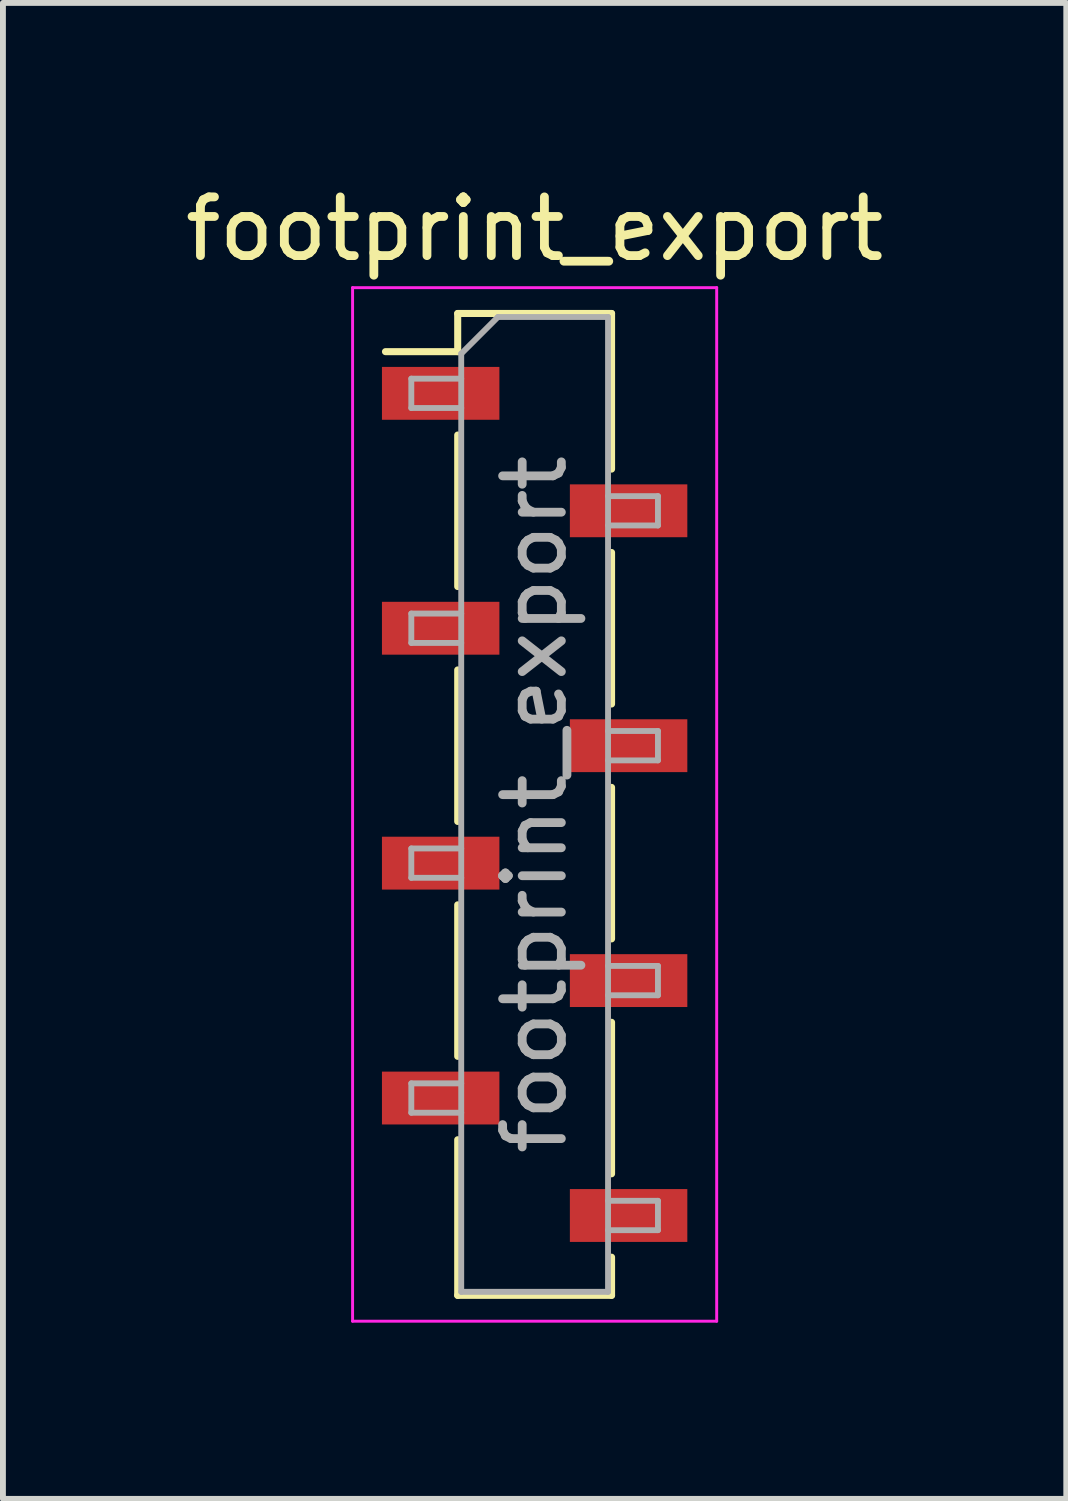
<source format=kicad_pcb>
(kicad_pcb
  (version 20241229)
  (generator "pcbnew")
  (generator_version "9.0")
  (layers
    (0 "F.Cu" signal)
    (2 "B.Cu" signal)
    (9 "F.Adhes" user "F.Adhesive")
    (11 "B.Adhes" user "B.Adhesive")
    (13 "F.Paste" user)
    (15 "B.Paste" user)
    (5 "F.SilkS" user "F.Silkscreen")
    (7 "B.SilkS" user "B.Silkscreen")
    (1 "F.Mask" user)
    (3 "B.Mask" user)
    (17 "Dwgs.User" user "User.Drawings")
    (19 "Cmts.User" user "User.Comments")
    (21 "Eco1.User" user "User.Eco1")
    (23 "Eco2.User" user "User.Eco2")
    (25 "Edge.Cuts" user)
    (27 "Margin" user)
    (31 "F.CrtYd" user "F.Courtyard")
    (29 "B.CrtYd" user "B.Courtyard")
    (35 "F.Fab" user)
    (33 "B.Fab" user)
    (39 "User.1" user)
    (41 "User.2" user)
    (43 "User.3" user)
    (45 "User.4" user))
  (footprint "footprint_export"
    (layer "F.Cu")
    (at 6.054 10.648)
    (property "Reference" "footprint_export" (at 0 -9.8 0) (layer "F.SilkS") (effects (font (size 1 1) (thickness 0.15))))
    (attr smd)
    (fp_line (start -2.54 -7.71) (end -1.31 -7.71) (stroke (width 0.12) (type solid)) (layer "F.SilkS"))
    (fp_line (start -1.31 -8.36) (end -1.31 -7.71) (stroke (width 0.12) (type solid)) (layer "F.SilkS"))
    (fp_line (start -1.31 -8.36) (end 1.31 -8.36) (stroke (width 0.12) (type solid)) (layer "F.SilkS"))
    (fp_line (start -1.31 -6.29) (end -1.31 -3.71) (stroke (width 0.12) (type solid)) (layer "F.SilkS"))
    (fp_line (start -1.31 -2.29) (end -1.31 0.29) (stroke (width 0.12) (type solid)) (layer "F.SilkS"))
    (fp_line (start -1.31 1.71) (end -1.31 4.29) (stroke (width 0.12) (type solid)) (layer "F.SilkS"))
    (fp_line (start -1.31 5.71) (end -1.31 8.36) (stroke (width 0.12) (type solid)) (layer "F.SilkS"))
    (fp_line (start -1.31 8.36) (end 1.31 8.36) (stroke (width 0.12) (type solid)) (layer "F.SilkS"))
    (fp_line (start 1.31 -8.36) (end 1.31 -5.71) (stroke (width 0.12) (type solid)) (layer "F.SilkS"))
    (fp_line (start 1.31 -4.29) (end 1.31 -1.71) (stroke (width 0.12) (type solid)) (layer "F.SilkS"))
    (fp_line (start 1.31 -0.29) (end 1.31 2.29) (stroke (width 0.12) (type solid)) (layer "F.SilkS"))
    (fp_line (start 1.31 3.71) (end 1.31 6.29) (stroke (width 0.12) (type solid)) (layer "F.SilkS"))
    (fp_line (start 1.31 7.71) (end 1.31 8.36) (stroke (width 0.12) (type solid)) (layer "F.SilkS"))
    (fp_line (start -3.1 -8.8) (end 3.1 -8.8) (stroke (width 0.05) (type solid)) (layer "F.CrtYd"))
    (fp_line (start -3.1 8.8) (end -3.1 -8.8) (stroke (width 0.05) (type solid)) (layer "F.CrtYd"))
    (fp_line (start 3.1 -8.8) (end 3.1 8.8) (stroke (width 0.05) (type solid)) (layer "F.CrtYd"))
    (fp_line (start 3.1 8.8) (end -3.1 8.8) (stroke (width 0.05) (type solid)) (layer "F.CrtYd"))
    (fp_line (start -2.1 -7.25) (end -1.25 -7.25) (stroke (width 0.1) (type solid)) (layer "F.Fab"))
    (fp_line (start -2.1 -6.75) (end -2.1 -7.25) (stroke (width 0.1) (type solid)) (layer "F.Fab"))
    (fp_line (start -2.1 -3.25) (end -1.25 -3.25) (stroke (width 0.1) (type solid)) (layer "F.Fab"))
    (fp_line (start -2.1 -2.75) (end -2.1 -3.25) (stroke (width 0.1) (type solid)) (layer "F.Fab"))
    (fp_line (start -2.1 0.75) (end -1.25 0.75) (stroke (width 0.1) (type solid)) (layer "F.Fab"))
    (fp_line (start -2.1 1.25) (end -2.1 0.75) (stroke (width 0.1) (type solid)) (layer "F.Fab"))
    (fp_line (start -2.1 4.75) (end -1.25 4.75) (stroke (width 0.1) (type solid)) (layer "F.Fab"))
    (fp_line (start -2.1 5.25) (end -2.1 4.75) (stroke (width 0.1) (type solid)) (layer "F.Fab"))
    (fp_line (start -1.25 -7.675) (end -0.625 -8.3) (stroke (width 0.1) (type solid)) (layer "F.Fab"))
    (fp_line (start -1.25 -6.75) (end -2.1 -6.75) (stroke (width 0.1) (type solid)) (layer "F.Fab"))
    (fp_line (start -1.25 -2.75) (end -2.1 -2.75) (stroke (width 0.1) (type solid)) (layer "F.Fab"))
    (fp_line (start -1.25 1.25) (end -2.1 1.25) (stroke (width 0.1) (type solid)) (layer "F.Fab"))
    (fp_line (start -1.25 5.25) (end -2.1 5.25) (stroke (width 0.1) (type solid)) (layer "F.Fab"))
    (fp_line (start -1.25 8.3) (end -1.25 -7.675) (stroke (width 0.1) (type solid)) (layer "F.Fab"))
    (fp_line (start -0.625 -8.3) (end 1.25 -8.3) (stroke (width 0.1) (type solid)) (layer "F.Fab"))
    (fp_line (start 1.25 -8.3) (end 1.25 8.3) (stroke (width 0.1) (type solid)) (layer "F.Fab"))
    (fp_line (start 1.25 -5.25) (end 2.1 -5.25) (stroke (width 0.1) (type solid)) (layer "F.Fab"))
    (fp_line (start 1.25 -1.25) (end 2.1 -1.25) (stroke (width 0.1) (type solid)) (layer "F.Fab"))
    (fp_line (start 1.25 2.75) (end 2.1 2.75) (stroke (width 0.1) (type solid)) (layer "F.Fab"))
    (fp_line (start 1.25 6.75) (end 2.1 6.75) (stroke (width 0.1) (type solid)) (layer "F.Fab"))
    (fp_line (start 1.25 8.3) (end -1.25 8.3) (stroke (width 0.1) (type solid)) (layer "F.Fab"))
    (fp_line (start 2.1 -5.25) (end 2.1 -4.75) (stroke (width 0.1) (type solid)) (layer "F.Fab"))
    (fp_line (start 2.1 -4.75) (end 1.25 -4.75) (stroke (width 0.1) (type solid)) (layer "F.Fab"))
    (fp_line (start 2.1 -1.25) (end 2.1 -0.75) (stroke (width 0.1) (type solid)) (layer "F.Fab"))
    (fp_line (start 2.1 -0.75) (end 1.25 -0.75) (stroke (width 0.1) (type solid)) (layer "F.Fab"))
    (fp_line (start 2.1 2.75) (end 2.1 3.25) (stroke (width 0.1) (type solid)) (layer "F.Fab"))
    (fp_line (start 2.1 3.25) (end 1.25 3.25) (stroke (width 0.1) (type solid)) (layer "F.Fab"))
    (fp_line (start 2.1 6.75) (end 2.1 7.25) (stroke (width 0.1) (type solid)) (layer "F.Fab"))
    (fp_line (start 2.1 7.25) (end 1.25 7.25) (stroke (width 0.1) (type solid)) (layer "F.Fab"))
    (fp_text user "${REFERENCE}" (at 0 0 90) (layer "F.Fab") (effects (font (size 1 1) (thickness 0.15))))
    (pad "1" smd rect (at -1.6 -7) (size 2 0.9) (layers "F.Cu" "F.Mask" "F.Paste"))
    (pad "2" smd rect (at 1.6 -5) (size 2 0.9) (layers "F.Cu" "F.Mask" "F.Paste"))
    (pad "3" smd rect (at -1.6 -3) (size 2 0.9) (layers "F.Cu" "F.Mask" "F.Paste"))
    (pad "4" smd rect (at 1.6 -1) (size 2 0.9) (layers "F.Cu" "F.Mask" "F.Paste"))
    (pad "5" smd rect (at -1.6 1) (size 2 0.9) (layers "F.Cu" "F.Mask" "F.Paste"))
    (pad "6" smd rect (at 1.6 3) (size 2 0.9) (layers "F.Cu" "F.Mask" "F.Paste"))
    (pad "7" smd rect (at -1.6 5) (size 2 0.9) (layers "F.Cu" "F.Mask" "F.Paste"))
    (pad "8" smd rect (at 1.6 7) (size 2 0.9) (layers "F.Cu" "F.Mask" "F.Paste")))
  (gr_rect
    (start -3 -3)
    (end 15.107 22.473)
    (stroke (width 0.1) (type default))
    (fill no)
    (layer "Edge.Cuts")))
</source>
